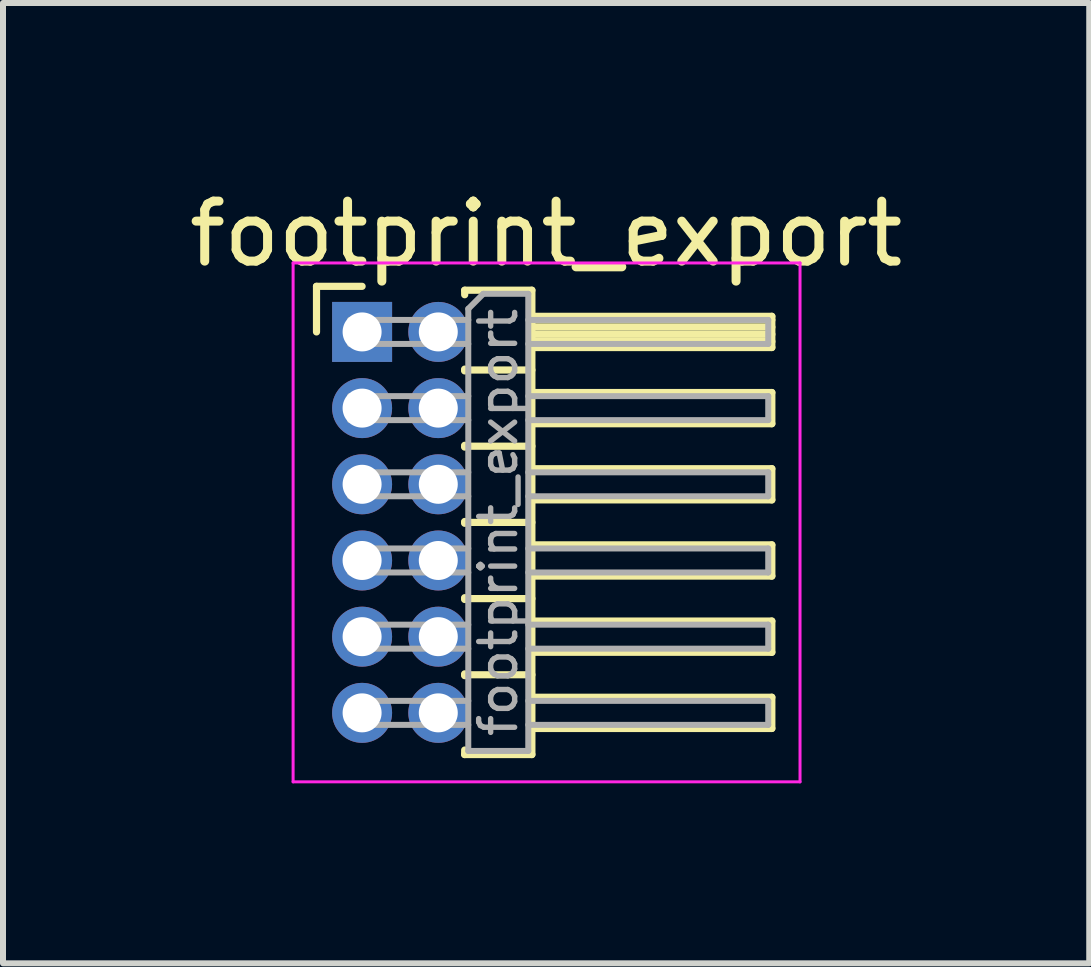
<source format=kicad_pcb>
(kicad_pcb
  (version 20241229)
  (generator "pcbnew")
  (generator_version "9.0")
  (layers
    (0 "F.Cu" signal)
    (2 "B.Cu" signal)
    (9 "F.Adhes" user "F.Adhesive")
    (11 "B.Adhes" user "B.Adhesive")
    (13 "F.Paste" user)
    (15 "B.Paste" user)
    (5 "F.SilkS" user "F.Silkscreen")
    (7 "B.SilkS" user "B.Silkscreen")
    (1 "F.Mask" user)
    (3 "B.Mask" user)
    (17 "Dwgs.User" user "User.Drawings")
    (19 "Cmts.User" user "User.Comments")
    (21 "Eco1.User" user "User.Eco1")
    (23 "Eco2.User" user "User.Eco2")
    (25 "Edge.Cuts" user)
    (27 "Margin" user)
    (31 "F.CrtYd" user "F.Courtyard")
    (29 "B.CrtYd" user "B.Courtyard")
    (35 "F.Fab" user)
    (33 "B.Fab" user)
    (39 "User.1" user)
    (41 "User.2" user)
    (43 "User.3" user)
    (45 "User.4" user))
  (footprint "footprint_export"
    (layer "F.Cu")
    (at 2.986 2.483)
    (property "Reference" "footprint_export" (at 3.067 -1.635 0) (layer "F.SilkS") (effects (font (size 1 1) (thickness 0.15))))
    (attr through_hole)
    (fp_line (start -0.76 -0.76) (end 0 -0.76) (stroke (width 0.12) (type solid)) (layer "F.SilkS"))
    (fp_line (start -0.76 0) (end -0.76 -0.76) (stroke (width 0.12) (type solid)) (layer "F.SilkS"))
    (fp_line (start 1.71 -0.695) (end 2.83 -0.695) (stroke (width 0.12) (type solid)) (layer "F.SilkS"))
    (fp_line (start 1.71 -0.62) (end 1.71 -0.695) (stroke (width 0.12) (type solid)) (layer "F.SilkS"))
    (fp_line (start 1.71 0.62) (end 1.71 0.65) (stroke (width 0.12) (type solid)) (layer "F.SilkS"))
    (fp_line (start 1.71 0.635) (end 2.83 0.635) (stroke (width 0.12) (type solid)) (layer "F.SilkS"))
    (fp_line (start 1.71 1.89) (end 1.71 1.92) (stroke (width 0.12) (type solid)) (layer "F.SilkS"))
    (fp_line (start 1.71 1.905) (end 2.83 1.905) (stroke (width 0.12) (type solid)) (layer "F.SilkS"))
    (fp_line (start 1.71 3.16) (end 1.71 3.19) (stroke (width 0.12) (type solid)) (layer "F.SilkS"))
    (fp_line (start 1.71 3.175) (end 2.83 3.175) (stroke (width 0.12) (type solid)) (layer "F.SilkS"))
    (fp_line (start 1.71 4.43) (end 1.71 4.46) (stroke (width 0.12) (type solid)) (layer "F.SilkS"))
    (fp_line (start 1.71 4.445) (end 2.83 4.445) (stroke (width 0.12) (type solid)) (layer "F.SilkS"))
    (fp_line (start 1.71 5.7) (end 1.71 5.73) (stroke (width 0.12) (type solid)) (layer "F.SilkS"))
    (fp_line (start 1.71 5.715) (end 2.83 5.715) (stroke (width 0.12) (type solid)) (layer "F.SilkS"))
    (fp_line (start 1.71 7.045) (end 1.71 6.97) (stroke (width 0.12) (type solid)) (layer "F.SilkS"))
    (fp_line (start 2.83 -0.695) (end 2.83 7.045) (stroke (width 0.12) (type solid)) (layer "F.SilkS"))
    (fp_line (start 2.83 -0.26) (end 6.83 -0.26) (stroke (width 0.12) (type solid)) (layer "F.SilkS"))
    (fp_line (start 2.83 -0.2) (end 6.83 -0.2) (stroke (width 0.12) (type solid)) (layer "F.SilkS"))
    (fp_line (start 2.83 -0.08) (end 6.83 -0.08) (stroke (width 0.12) (type solid)) (layer "F.SilkS"))
    (fp_line (start 2.83 0.04) (end 6.83 0.04) (stroke (width 0.12) (type solid)) (layer "F.SilkS"))
    (fp_line (start 2.83 0.16) (end 6.83 0.16) (stroke (width 0.12) (type solid)) (layer "F.SilkS"))
    (fp_line (start 2.83 1.01) (end 6.83 1.01) (stroke (width 0.12) (type solid)) (layer "F.SilkS"))
    (fp_line (start 2.83 2.28) (end 6.83 2.28) (stroke (width 0.12) (type solid)) (layer "F.SilkS"))
    (fp_line (start 2.83 3.55) (end 6.83 3.55) (stroke (width 0.12) (type solid)) (layer "F.SilkS"))
    (fp_line (start 2.83 4.82) (end 6.83 4.82) (stroke (width 0.12) (type solid)) (layer "F.SilkS"))
    (fp_line (start 2.83 6.09) (end 6.83 6.09) (stroke (width 0.12) (type solid)) (layer "F.SilkS"))
    (fp_line (start 2.83 7.045) (end 1.71 7.045) (stroke (width 0.12) (type solid)) (layer "F.SilkS"))
    (fp_line (start 6.83 -0.26) (end 6.83 0.26) (stroke (width 0.12) (type solid)) (layer "F.SilkS"))
    (fp_line (start 6.83 0.26) (end 2.83 0.26) (stroke (width 0.12) (type solid)) (layer "F.SilkS"))
    (fp_line (start 6.83 1.01) (end 6.83 1.53) (stroke (width 0.12) (type solid)) (layer "F.SilkS"))
    (fp_line (start 6.83 1.53) (end 2.83 1.53) (stroke (width 0.12) (type solid)) (layer "F.SilkS"))
    (fp_line (start 6.83 2.28) (end 6.83 2.8) (stroke (width 0.12) (type solid)) (layer "F.SilkS"))
    (fp_line (start 6.83 2.8) (end 2.83 2.8) (stroke (width 0.12) (type solid)) (layer "F.SilkS"))
    (fp_line (start 6.83 3.55) (end 6.83 4.07) (stroke (width 0.12) (type solid)) (layer "F.SilkS"))
    (fp_line (start 6.83 4.07) (end 2.83 4.07) (stroke (width 0.12) (type solid)) (layer "F.SilkS"))
    (fp_line (start 6.83 4.82) (end 6.83 5.34) (stroke (width 0.12) (type solid)) (layer "F.SilkS"))
    (fp_line (start 6.83 5.34) (end 2.83 5.34) (stroke (width 0.12) (type solid)) (layer "F.SilkS"))
    (fp_line (start 6.83 6.09) (end 6.83 6.61) (stroke (width 0.12) (type solid)) (layer "F.SilkS"))
    (fp_line (start 6.83 6.61) (end 2.83 6.61) (stroke (width 0.12) (type solid)) (layer "F.SilkS"))
    (fp_line (start -1.15 -1.15) (end -1.15 7.5) (stroke (width 0.05) (type solid)) (layer "F.CrtYd"))
    (fp_line (start -1.15 7.5) (end 7.3 7.5) (stroke (width 0.05) (type solid)) (layer "F.CrtYd"))
    (fp_line (start 7.3 -1.15) (end -1.15 -1.15) (stroke (width 0.05) (type solid)) (layer "F.CrtYd"))
    (fp_line (start 7.3 7.5) (end 7.3 -1.15) (stroke (width 0.05) (type solid)) (layer "F.CrtYd"))
    (fp_line (start -0.2 -0.2) (end -0.2 0.2) (stroke (width 0.1) (type solid)) (layer "F.Fab"))
    (fp_line (start -0.2 -0.2) (end 1.77 -0.2) (stroke (width 0.1) (type solid)) (layer "F.Fab"))
    (fp_line (start -0.2 0.2) (end 1.77 0.2) (stroke (width 0.1) (type solid)) (layer "F.Fab"))
    (fp_line (start -0.2 1.07) (end -0.2 1.47) (stroke (width 0.1) (type solid)) (layer "F.Fab"))
    (fp_line (start -0.2 1.07) (end 1.77 1.07) (stroke (width 0.1) (type solid)) (layer "F.Fab"))
    (fp_line (start -0.2 1.47) (end 1.77 1.47) (stroke (width 0.1) (type solid)) (layer "F.Fab"))
    (fp_line (start -0.2 2.34) (end -0.2 2.74) (stroke (width 0.1) (type solid)) (layer "F.Fab"))
    (fp_line (start -0.2 2.34) (end 1.77 2.34) (stroke (width 0.1) (type solid)) (layer "F.Fab"))
    (fp_line (start -0.2 2.74) (end 1.77 2.74) (stroke (width 0.1) (type solid)) (layer "F.Fab"))
    (fp_line (start -0.2 3.61) (end -0.2 4.01) (stroke (width 0.1) (type solid)) (layer "F.Fab"))
    (fp_line (start -0.2 3.61) (end 1.77 3.61) (stroke (width 0.1) (type solid)) (layer "F.Fab"))
    (fp_line (start -0.2 4.01) (end 1.77 4.01) (stroke (width 0.1) (type solid)) (layer "F.Fab"))
    (fp_line (start -0.2 4.88) (end -0.2 5.28) (stroke (width 0.1) (type solid)) (layer "F.Fab"))
    (fp_line (start -0.2 4.88) (end 1.77 4.88) (stroke (width 0.1) (type solid)) (layer "F.Fab"))
    (fp_line (start -0.2 5.28) (end 1.77 5.28) (stroke (width 0.1) (type solid)) (layer "F.Fab"))
    (fp_line (start -0.2 6.15) (end -0.2 6.55) (stroke (width 0.1) (type solid)) (layer "F.Fab"))
    (fp_line (start -0.2 6.15) (end 1.77 6.15) (stroke (width 0.1) (type solid)) (layer "F.Fab"))
    (fp_line (start -0.2 6.55) (end 1.77 6.55) (stroke (width 0.1) (type solid)) (layer "F.Fab"))
    (fp_line (start 1.77 -0.385) (end 2.02 -0.635) (stroke (width 0.1) (type solid)) (layer "F.Fab"))
    (fp_line (start 1.77 6.985) (end 1.77 -0.385) (stroke (width 0.1) (type solid)) (layer "F.Fab"))
    (fp_line (start 2.02 -0.635) (end 2.77 -0.635) (stroke (width 0.1) (type solid)) (layer "F.Fab"))
    (fp_line (start 2.77 -0.635) (end 2.77 6.985) (stroke (width 0.1) (type solid)) (layer "F.Fab"))
    (fp_line (start 2.77 -0.2) (end 6.77 -0.2) (stroke (width 0.1) (type solid)) (layer "F.Fab"))
    (fp_line (start 2.77 0.2) (end 6.77 0.2) (stroke (width 0.1) (type solid)) (layer "F.Fab"))
    (fp_line (start 2.77 1.07) (end 6.77 1.07) (stroke (width 0.1) (type solid)) (layer "F.Fab"))
    (fp_line (start 2.77 1.47) (end 6.77 1.47) (stroke (width 0.1) (type solid)) (layer "F.Fab"))
    (fp_line (start 2.77 2.34) (end 6.77 2.34) (stroke (width 0.1) (type solid)) (layer "F.Fab"))
    (fp_line (start 2.77 2.74) (end 6.77 2.74) (stroke (width 0.1) (type solid)) (layer "F.Fab"))
    (fp_line (start 2.77 3.61) (end 6.77 3.61) (stroke (width 0.1) (type solid)) (layer "F.Fab"))
    (fp_line (start 2.77 4.01) (end 6.77 4.01) (stroke (width 0.1) (type solid)) (layer "F.Fab"))
    (fp_line (start 2.77 4.88) (end 6.77 4.88) (stroke (width 0.1) (type solid)) (layer "F.Fab"))
    (fp_line (start 2.77 5.28) (end 6.77 5.28) (stroke (width 0.1) (type solid)) (layer "F.Fab"))
    (fp_line (start 2.77 6.15) (end 6.77 6.15) (stroke (width 0.1) (type solid)) (layer "F.Fab"))
    (fp_line (start 2.77 6.55) (end 6.77 6.55) (stroke (width 0.1) (type solid)) (layer "F.Fab"))
    (fp_line (start 2.77 6.985) (end 1.77 6.985) (stroke (width 0.1) (type solid)) (layer "F.Fab"))
    (fp_line (start 6.77 -0.2) (end 6.77 0.2) (stroke (width 0.1) (type solid)) (layer "F.Fab"))
    (fp_line (start 6.77 1.07) (end 6.77 1.47) (stroke (width 0.1) (type solid)) (layer "F.Fab"))
    (fp_line (start 6.77 2.34) (end 6.77 2.74) (stroke (width 0.1) (type solid)) (layer "F.Fab"))
    (fp_line (start 6.77 3.61) (end 6.77 4.01) (stroke (width 0.1) (type solid)) (layer "F.Fab"))
    (fp_line (start 6.77 4.88) (end 6.77 5.28) (stroke (width 0.1) (type solid)) (layer "F.Fab"))
    (fp_line (start 6.77 6.15) (end 6.77 6.55) (stroke (width 0.1) (type solid)) (layer "F.Fab"))
    (fp_text user "${REFERENCE}" (at 2.27 3.175 90) (layer "F.Fab") (effects (font (size 0.6 0.6) (thickness 0.09))))
    (pad "1" thru_hole rect (at 0 0) (size 1 1) (drill 0.65) (layers "*.Cu" "*.Mask"))
    (pad "2" thru_hole oval (at 1.27 0) (size 1 1) (drill 0.65) (layers "*.Cu" "*.Mask"))
    (pad "3" thru_hole oval (at 0 1.27) (size 1 1) (drill 0.65) (layers "*.Cu" "*.Mask"))
    (pad "4" thru_hole oval (at 1.27 1.27) (size 1 1) (drill 0.65) (layers "*.Cu" "*.Mask"))
    (pad "5" thru_hole oval (at 0 2.54) (size 1 1) (drill 0.65) (layers "*.Cu" "*.Mask"))
    (pad "6" thru_hole oval (at 1.27 2.54) (size 1 1) (drill 0.65) (layers "*.Cu" "*.Mask"))
    (pad "7" thru_hole oval (at 0 3.81) (size 1 1) (drill 0.65) (layers "*.Cu" "*.Mask"))
    (pad "8" thru_hole oval (at 1.27 3.81) (size 1 1) (drill 0.65) (layers "*.Cu" "*.Mask"))
    (pad "9" thru_hole oval (at 0 5.08) (size 1 1) (drill 0.65) (layers "*.Cu" "*.Mask"))
    (pad "10" thru_hole oval (at 1.27 5.08) (size 1 1) (drill 0.65) (layers "*.Cu" "*.Mask"))
    (pad "11" thru_hole oval (at 0 6.35) (size 1 1) (drill 0.65) (layers "*.Cu" "*.Mask"))
    (pad "12" thru_hole oval (at 1.27 6.35) (size 1 1) (drill 0.65) (layers "*.Cu" "*.Mask")))
  (gr_rect
    (start -3 -3)
    (end 15.107 13.008)
    (stroke (width 0.1) (type default))
    (fill no)
    (layer "Edge.Cuts")))
</source>
